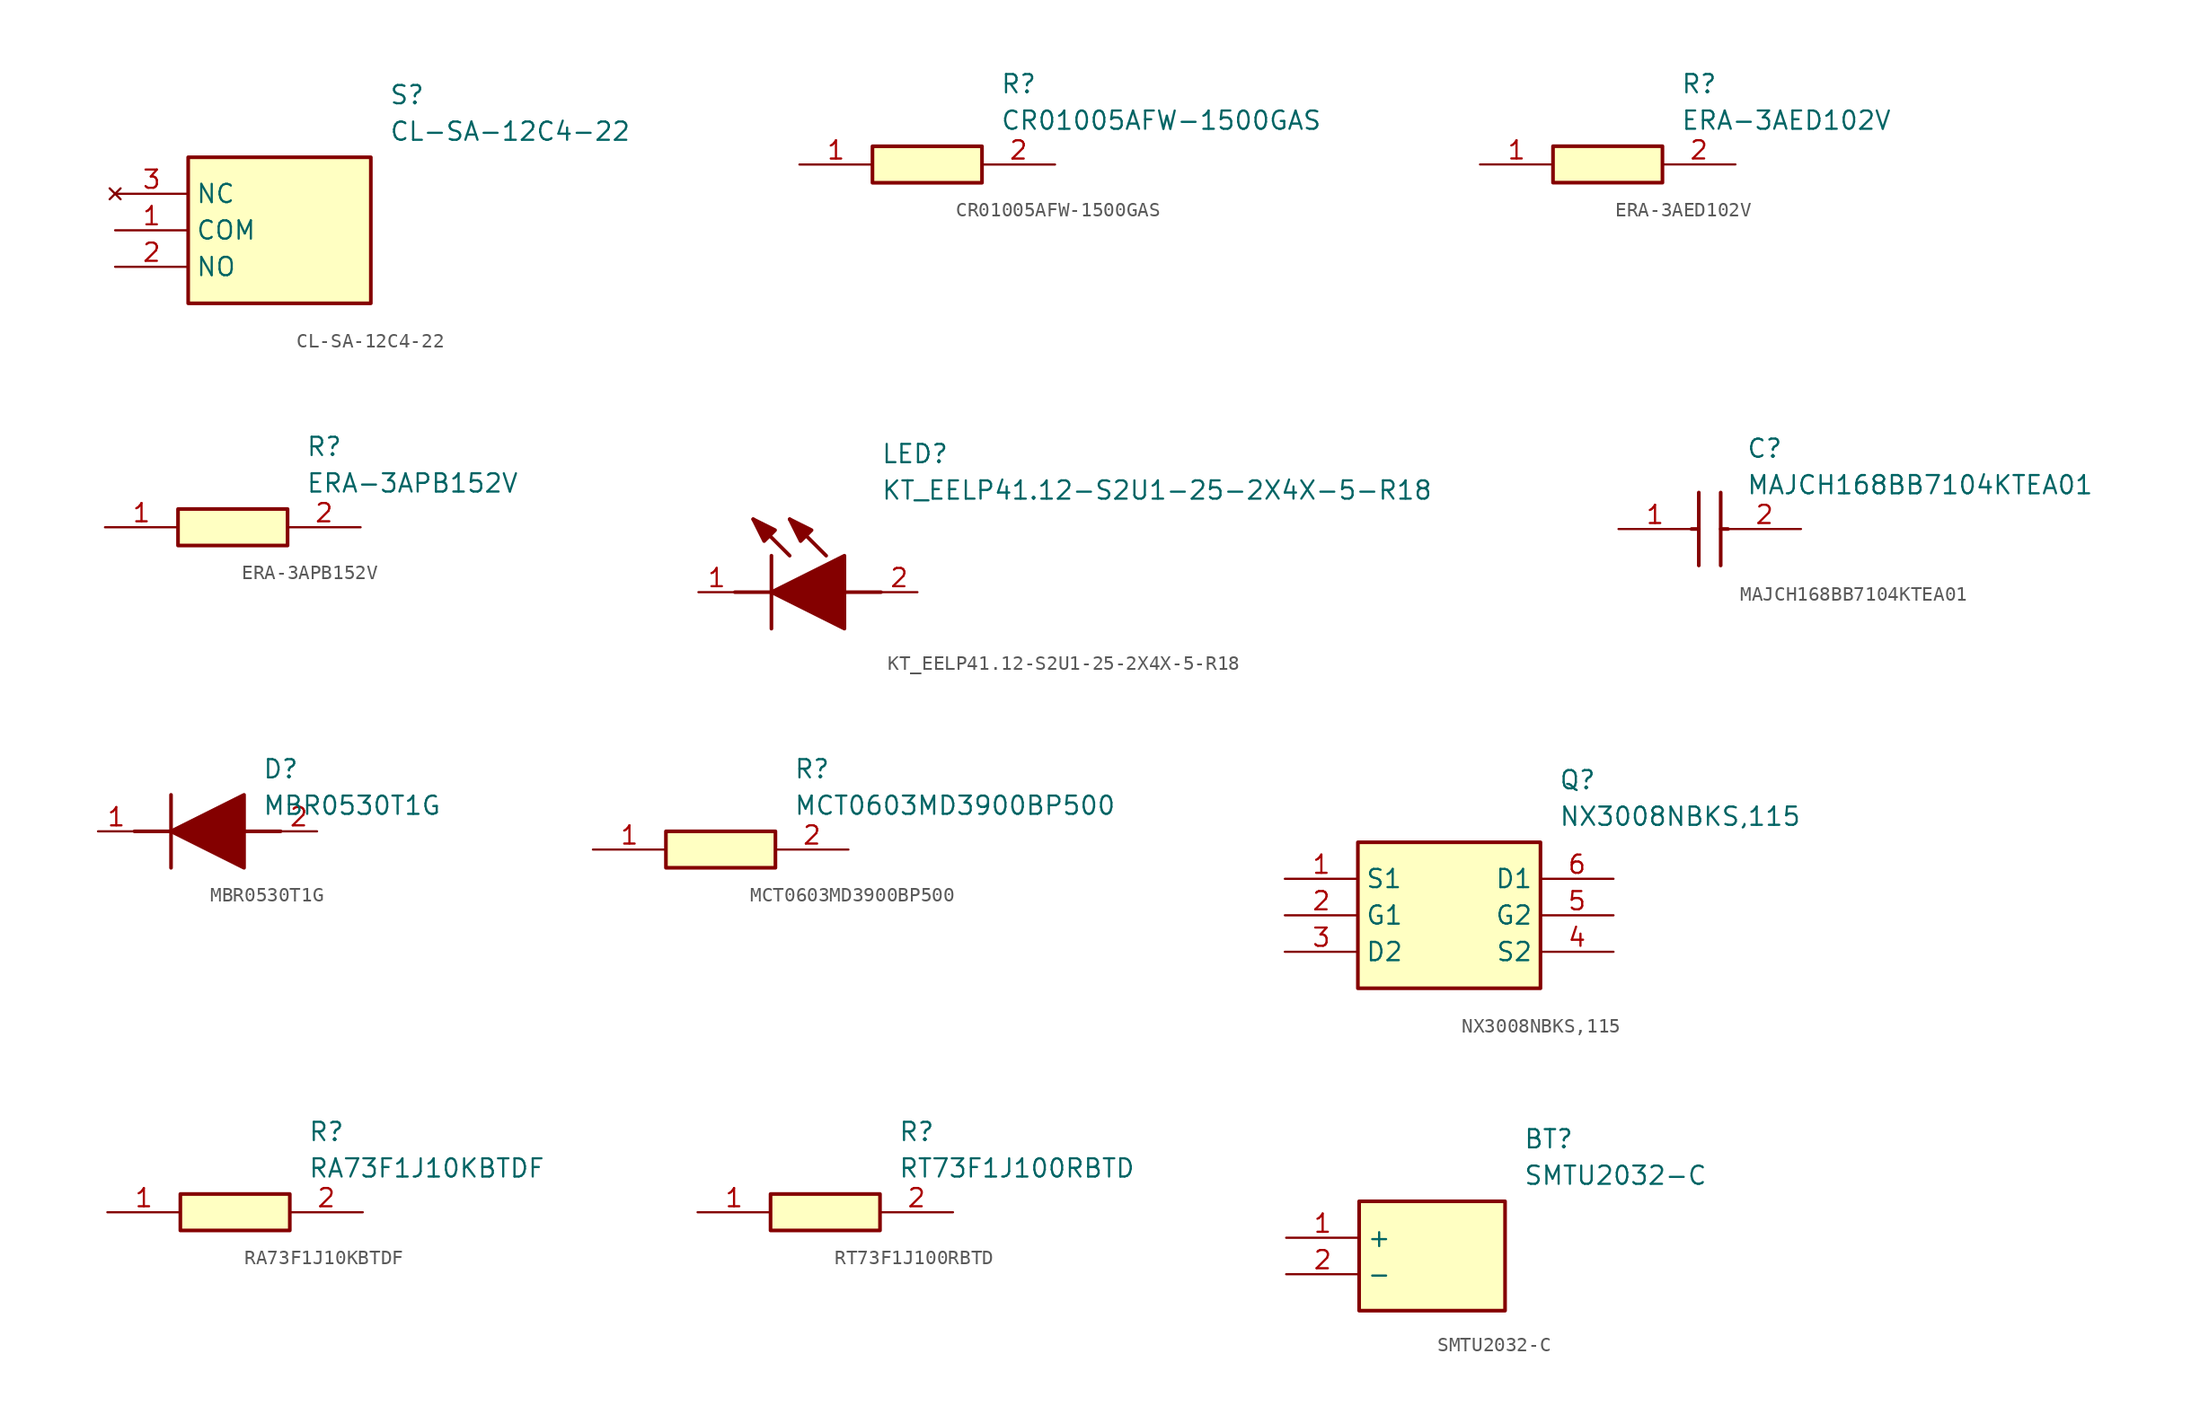
<source format=kicad_sym>
(kicad_symbol_lib
  (version 20220914)
  (generator SamacSys_ECAD_Model)
  (symbol "CL-SA-12C4-22"
    (property "Reference" "S"
      (at 19.05 7.62 0)
      (effects (font (size 1.27 1.27)) (justify left top)))
    (property "Value" "CL-SA-12C4-22"
      (at 19.05 5.08 0)
      (effects (font (size 1.27 1.27)) (justify left top)))
    (rectangle
      (start 5.08 2.54)
      (end 17.78 -7.62)
      (stroke (width 0.254) (type default))
      (fill (type background)))
    (pin passive line
      (at 0 -2.54 0)
      (length 5.08)
      (name "COM" (effects (font (size 1.27 1.27))))
      (number "1" (effects (font (size 1.27 1.27)))))
    (pin passive line
      (at 0 -5.08 0)
      (length 5.08)
      (name "NO" (effects (font (size 1.27 1.27))))
      (number "2" (effects (font (size 1.27 1.27)))))
    (pin no_connect line
      (at 0 0 0)
      (length 5.08)
      (name "NC" (effects (font (size 1.27 1.27))))
      (number "3" (effects (font (size 1.27 1.27))))))
  (symbol "CR01005AFW-1500GAS"
    (pin_names hide)
    (property "Reference" "R"
      (at 13.97 6.35 0)
      (effects (font (size 1.27 1.27)) (justify left top)))
    (property "Value" "CR01005AFW-1500GAS"
      (at 13.97 3.81 0)
      (effects (font (size 1.27 1.27)) (justify left top)))
    (rectangle
      (start 5.08 1.27)
      (end 12.7 -1.27)
      (stroke (width 0.254) (type default))
      (fill (type background)))
    (pin passive line
      (at 0 0 0)
      (length 5.08)
      (name "1" (effects (font (size 1.27 1.27))))
      (number "1" (effects (font (size 1.27 1.27)))))
    (pin passive line
      (at 17.78 0 180)
      (length 5.08)
      (name "2" (effects (font (size 1.27 1.27))))
      (number "2" (effects (font (size 1.27 1.27))))))
  (symbol "ERA-3AED102V"
    (pin_names hide)
    (property "Reference" "R"
      (at 13.97 6.35 0)
      (effects (font (size 1.27 1.27)) (justify left top)))
    (property "Value" "ERA-3AED102V"
      (at 13.97 3.81 0)
      (effects (font (size 1.27 1.27)) (justify left top)))
    (rectangle
      (start 5.08 1.27)
      (end 12.7 -1.27)
      (stroke (width 0.254) (type default))
      (fill (type background)))
    (pin passive line
      (at 0 0 0)
      (length 5.08)
      (name "1" (effects (font (size 1.27 1.27))))
      (number "1" (effects (font (size 1.27 1.27)))))
    (pin passive line
      (at 17.78 0 180)
      (length 5.08)
      (name "2" (effects (font (size 1.27 1.27))))
      (number "2" (effects (font (size 1.27 1.27))))))
  (symbol "ERA-3APB152V"
    (pin_names hide)
    (property "Reference" "R"
      (at 13.97 6.35 0)
      (effects (font (size 1.27 1.27)) (justify left top)))
    (property "Value" "ERA-3APB152V"
      (at 13.97 3.81 0)
      (effects (font (size 1.27 1.27)) (justify left top)))
    (rectangle
      (start 5.08 1.27)
      (end 12.7 -1.27)
      (stroke (width 0.254) (type default))
      (fill (type background)))
    (pin passive line
      (at 0 0 0)
      (length 5.08)
      (name "1" (effects (font (size 1.27 1.27))))
      (number "1" (effects (font (size 1.27 1.27)))))
    (pin passive line
      (at 17.78 0 180)
      (length 5.08)
      (name "2" (effects (font (size 1.27 1.27))))
      (number "2" (effects (font (size 1.27 1.27))))))
  (symbol "KT_EELP41.12-S2U1-25-2X4X-5-R18"
    (pin_names hide)
    (property "Reference" "LED"
      (at 12.7 8.89 0)
      (effects (font (size 1.27 1.27)) (justify left bottom)))
    (property "Value" "KT_EELP41.12-S2U1-25-2X4X-5-R18"
      (at 12.7 6.35 0)
      (effects (font (size 1.27 1.27)) (justify left bottom)))
    (polyline
      (pts (xy 5.08 2.54) (xy 5.08 -2.54))
      (stroke (width 0.254) (type default))
      (fill (type none)))
    (polyline
      (pts (xy 6.35 2.54) (xy 3.81 5.08))
      (stroke (width 0.254) (type default))
      (fill (type none)))
    (polyline
      (pts (xy 8.89 2.54) (xy 6.35 5.08))
      (stroke (width 0.254) (type default))
      (fill (type none)))
    (polyline
      (pts (xy 2.54 0) (xy 5.08 0))
      (stroke (width 0.254) (type default))
      (fill (type none)))
    (polyline
      (pts (xy 10.16 0) (xy 12.7 0))
      (stroke (width 0.254) (type default))
      (fill (type none)))
    (polyline
      (pts (xy 5.08 0) (xy 10.16 2.54) (xy 10.16 -2.54) (xy 5.08 0))
      (stroke (width 0.254) (type default))
      (fill (type outline)))
    (polyline
      (pts (xy 5.334 4.318) (xy 4.572 3.556) (xy 3.81 5.08) (xy 5.334 4.318))
      (stroke (width 0.254) (type default))
      (fill (type outline)))
    (polyline
      (pts (xy 7.874 4.318) (xy 7.112 3.556) (xy 6.35 5.08) (xy 7.874 4.318))
      (stroke (width 0.254) (type default))
      (fill (type outline)))
    (pin passive line
      (at 0 0 0)
      (length 2.54)
      (name "K" (effects (font (size 1.27 1.27))))
      (number "1" (effects (font (size 1.27 1.27)))))
    (pin passive line
      (at 15.24 0 180)
      (length 2.54)
      (name "A" (effects (font (size 1.27 1.27))))
      (number "2" (effects (font (size 1.27 1.27))))))
  (symbol "MAJCH168BB7104KTEA01"
    (pin_names hide)
    (property "Reference" "C"
      (at 8.89 6.35 0)
      (effects (font (size 1.27 1.27)) (justify left top)))
    (property "Value" "MAJCH168BB7104KTEA01"
      (at 8.89 3.81 0)
      (effects (font (size 1.27 1.27)) (justify left top)))
    (polyline
      (pts (xy 5.588 2.54) (xy 5.588 -2.54))
      (stroke (width 0.254) (type default))
      (fill (type none)))
    (polyline
      (pts (xy 7.112 2.54) (xy 7.112 -2.54))
      (stroke (width 0.254) (type default))
      (fill (type none)))
    (polyline
      (pts (xy 5.08 0) (xy 5.588 0))
      (stroke (width 0.254) (type default))
      (fill (type none)))
    (polyline
      (pts (xy 7.112 0) (xy 7.62 0))
      (stroke (width 0.254) (type default))
      (fill (type none)))
    (pin passive line
      (at 0 0 0)
      (length 5.08)
      (name "1" (effects (font (size 1.27 1.27))))
      (number "1" (effects (font (size 1.27 1.27)))))
    (pin passive line
      (at 12.7 0 180)
      (length 5.08)
      (name "2" (effects (font (size 1.27 1.27))))
      (number "2" (effects (font (size 1.27 1.27))))))
  (symbol "MBR0530T1G"
    (pin_names hide)
    (property "Reference" "D"
      (at 11.43 5.08 0)
      (effects (font (size 1.27 1.27)) (justify left top)))
    (property "Value" "MBR0530T1G"
      (at 11.43 2.54 0)
      (effects (font (size 1.27 1.27)) (justify left top)))
    (polyline
      (pts (xy 5.08 2.54) (xy 5.08 -2.54))
      (stroke (width 0.254) (type default))
      (fill (type none)))
    (polyline
      (pts (xy 2.54 0) (xy 5.08 0))
      (stroke (width 0.254) (type default))
      (fill (type none)))
    (polyline
      (pts (xy 10.16 0) (xy 12.7 0))
      (stroke (width 0.254) (type default))
      (fill (type none)))
    (polyline
      (pts (xy 5.08 0) (xy 10.16 2.54) (xy 10.16 -2.54) (xy 5.08 0))
      (stroke (width 0.254) (type default))
      (fill (type outline)))
    (pin passive line
      (at 0 0 0)
      (length 2.54)
      (name "K" (effects (font (size 1.27 1.27))))
      (number "1" (effects (font (size 1.27 1.27)))))
    (pin passive line
      (at 15.24 0 180)
      (length 2.54)
      (name "A" (effects (font (size 1.27 1.27))))
      (number "2" (effects (font (size 1.27 1.27))))))
  (symbol "MCT0603MD3900BP500"
    (pin_names hide)
    (property "Reference" "R"
      (at 13.97 6.35 0)
      (effects (font (size 1.27 1.27)) (justify left top)))
    (property "Value" "MCT0603MD3900BP500"
      (at 13.97 3.81 0)
      (effects (font (size 1.27 1.27)) (justify left top)))
    (rectangle
      (start 5.08 1.27)
      (end 12.7 -1.27)
      (stroke (width 0.254) (type default))
      (fill (type background)))
    (pin passive line
      (at 0 0 0)
      (length 5.08)
      (name "1" (effects (font (size 1.27 1.27))))
      (number "1" (effects (font (size 1.27 1.27)))))
    (pin passive line
      (at 17.78 0 180)
      (length 5.08)
      (name "2" (effects (font (size 1.27 1.27))))
      (number "2" (effects (font (size 1.27 1.27))))))
  (symbol "NX3008NBKS,115"
    (property "Reference" "Q"
      (at 19.05 7.62 0)
      (effects (font (size 1.27 1.27)) (justify left top)))
    (property "Value" "NX3008NBKS,115"
      (at 19.05 5.08 0)
      (effects (font (size 1.27 1.27)) (justify left top)))
    (rectangle
      (start 5.08 2.54)
      (end 17.78 -7.62)
      (stroke (width 0.254) (type default))
      (fill (type background)))
    (pin passive line
      (at 0 0 0)
      (length 5.08)
      (name "S1" (effects (font (size 1.27 1.27))))
      (number "1" (effects (font (size 1.27 1.27)))))
    (pin passive line
      (at 0 -2.54 0)
      (length 5.08)
      (name "G1" (effects (font (size 1.27 1.27))))
      (number "2" (effects (font (size 1.27 1.27)))))
    (pin passive line
      (at 0 -5.08 0)
      (length 5.08)
      (name "D2" (effects (font (size 1.27 1.27))))
      (number "3" (effects (font (size 1.27 1.27)))))
    (pin passive line
      (at 22.86 0 180)
      (length 5.08)
      (name "D1" (effects (font (size 1.27 1.27))))
      (number "6" (effects (font (size 1.27 1.27)))))
    (pin passive line
      (at 22.86 -2.54 180)
      (length 5.08)
      (name "G2" (effects (font (size 1.27 1.27))))
      (number "5" (effects (font (size 1.27 1.27)))))
    (pin passive line
      (at 22.86 -5.08 180)
      (length 5.08)
      (name "S2" (effects (font (size 1.27 1.27))))
      (number "4" (effects (font (size 1.27 1.27))))))
  (symbol "RA73F1J10KBTDF"
    (pin_names hide)
    (property "Reference" "R"
      (at 13.97 6.35 0)
      (effects (font (size 1.27 1.27)) (justify left top)))
    (property "Value" "RA73F1J10KBTDF"
      (at 13.97 3.81 0)
      (effects (font (size 1.27 1.27)) (justify left top)))
    (rectangle
      (start 5.08 1.27)
      (end 12.7 -1.27)
      (stroke (width 0.254) (type default))
      (fill (type background)))
    (pin passive line
      (at 0 0 0)
      (length 5.08)
      (name "1" (effects (font (size 1.27 1.27))))
      (number "1" (effects (font (size 1.27 1.27)))))
    (pin passive line
      (at 17.78 0 180)
      (length 5.08)
      (name "2" (effects (font (size 1.27 1.27))))
      (number "2" (effects (font (size 1.27 1.27))))))
  (symbol "RT73F1J100RBTD"
    (pin_names hide)
    (property "Reference" "R"
      (at 13.97 6.35 0)
      (effects (font (size 1.27 1.27)) (justify left top)))
    (property "Value" "RT73F1J100RBTD"
      (at 13.97 3.81 0)
      (effects (font (size 1.27 1.27)) (justify left top)))
    (rectangle
      (start 5.08 1.27)
      (end 12.7 -1.27)
      (stroke (width 0.254) (type default))
      (fill (type background)))
    (pin passive line
      (at 0 0 0)
      (length 5.08)
      (name "1" (effects (font (size 1.27 1.27))))
      (number "1" (effects (font (size 1.27 1.27)))))
    (pin passive line
      (at 17.78 0 180)
      (length 5.08)
      (name "2" (effects (font (size 1.27 1.27))))
      (number "2" (effects (font (size 1.27 1.27))))))
  (symbol "SMTU2032-C"
    (property "Reference" "BT"
      (at 16.51 7.62 0)
      (effects (font (size 1.27 1.27)) (justify left top)))
    (property "Value" "SMTU2032-C"
      (at 16.51 5.08 0)
      (effects (font (size 1.27 1.27)) (justify left top)))
    (rectangle
      (start 5.08 2.54)
      (end 15.24 -5.08)
      (stroke (width 0.254) (type default))
      (fill (type background)))
    (pin passive line
      (at 0 0 0)
      (length 5.08)
      (name "+" (effects (font (size 1.27 1.27))))
      (number "1" (effects (font (size 1.27 1.27)))))
    (pin passive line
      (at 0 -2.54 0)
      (length 5.08)
      (name "-" (effects (font (size 1.27 1.27))))
      (number "2" (effects (font (size 1.27 1.27)))))))
</source>
